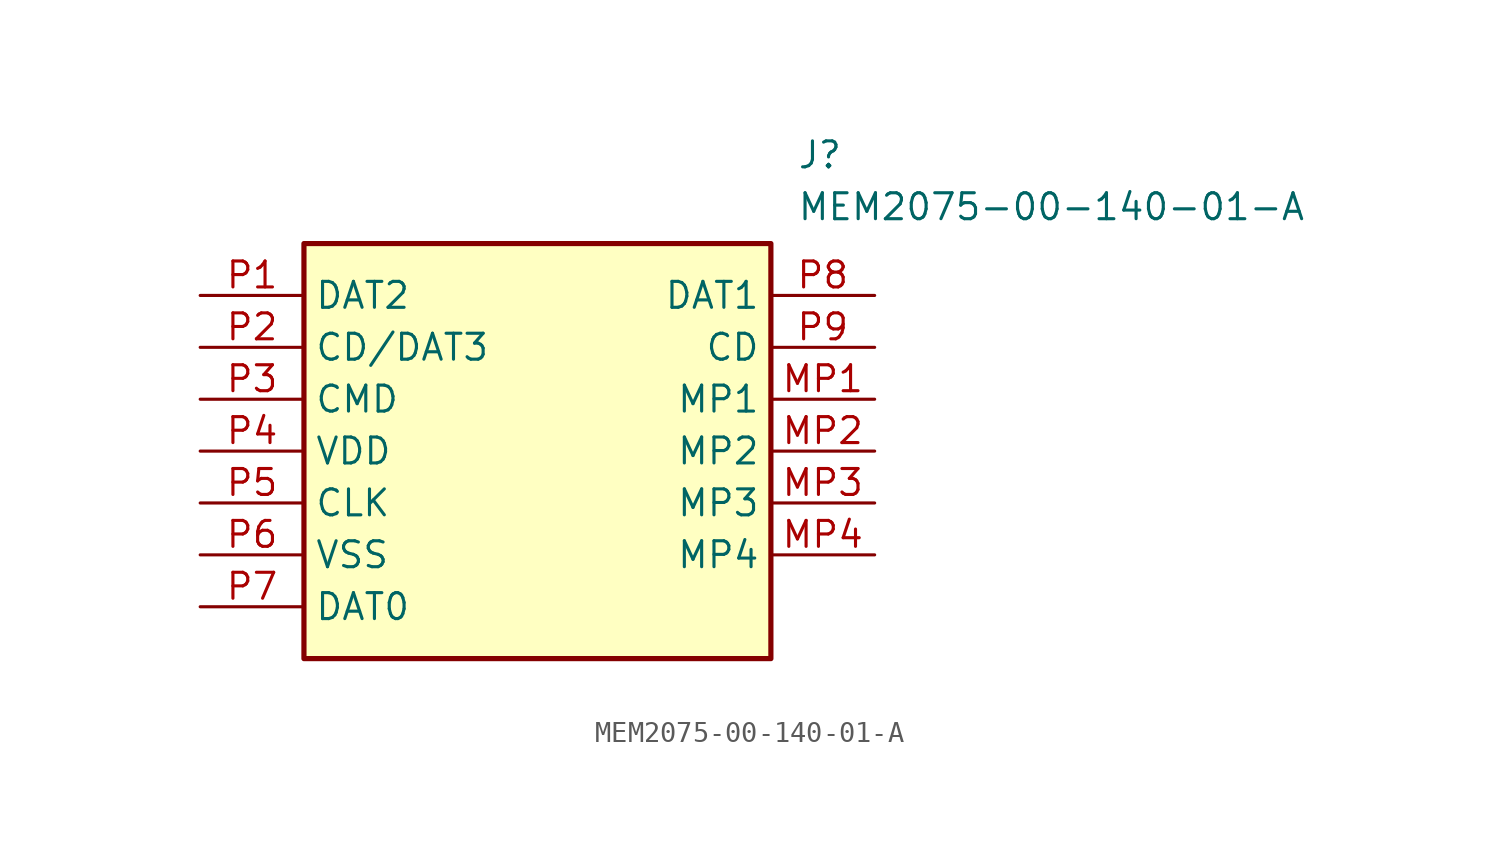
<source format=kicad_sym>
(kicad_symbol_lib
  (version 20211014)
  (generator SamacSys_ECAD_Model)
  (symbol "MEM2075-00-140-01-A"
    (property "Reference" "J"
      (at 29.21 7.62 0)
      (effects (font (size 1.27 1.27)) (justify left top)))
    (property "Value" "MEM2075-00-140-01-A"
      (at 29.21 5.08 0)
      (effects (font (size 1.27 1.27)) (justify left top)))
    (rectangle
      (start 5.08 2.54)
      (end 27.94 -17.78)
      (stroke (width 0.254) (type default))
      (fill (type background)))
    (pin passive line
      (at 0 0 0)
      (length 5.08)
      (name "DAT2" (effects (font (size 1.27 1.27))))
      (number "P1" (effects (font (size 1.27 1.27)))))
    (pin passive line
      (at 0 -2.54 0)
      (length 5.08)
      (name "CD/DAT3" (effects (font (size 1.27 1.27))))
      (number "P2" (effects (font (size 1.27 1.27)))))
    (pin passive line
      (at 0 -5.08 0)
      (length 5.08)
      (name "CMD" (effects (font (size 1.27 1.27))))
      (number "P3" (effects (font (size 1.27 1.27)))))
    (pin passive line
      (at 0 -7.62 0)
      (length 5.08)
      (name "VDD" (effects (font (size 1.27 1.27))))
      (number "P4" (effects (font (size 1.27 1.27)))))
    (pin passive line
      (at 0 -10.16 0)
      (length 5.08)
      (name "CLK" (effects (font (size 1.27 1.27))))
      (number "P5" (effects (font (size 1.27 1.27)))))
    (pin passive line
      (at 0 -12.7 0)
      (length 5.08)
      (name "VSS" (effects (font (size 1.27 1.27))))
      (number "P6" (effects (font (size 1.27 1.27)))))
    (pin passive line
      (at 0 -15.24 0)
      (length 5.08)
      (name "DAT0" (effects (font (size 1.27 1.27))))
      (number "P7" (effects (font (size 1.27 1.27)))))
    (pin passive line
      (at 33.02 0 180)
      (length 5.08)
      (name "DAT1" (effects (font (size 1.27 1.27))))
      (number "P8" (effects (font (size 1.27 1.27)))))
    (pin passive line
      (at 33.02 -2.54 180)
      (length 5.08)
      (name "CD" (effects (font (size 1.27 1.27))))
      (number "P9" (effects (font (size 1.27 1.27)))))
    (pin passive line
      (at 33.02 -5.08 180)
      (length 5.08)
      (name "MP1" (effects (font (size 1.27 1.27))))
      (number "MP1" (effects (font (size 1.27 1.27)))))
    (pin passive line
      (at 33.02 -7.62 180)
      (length 5.08)
      (name "MP2" (effects (font (size 1.27 1.27))))
      (number "MP2" (effects (font (size 1.27 1.27)))))
    (pin passive line
      (at 33.02 -10.16 180)
      (length 5.08)
      (name "MP3" (effects (font (size 1.27 1.27))))
      (number "MP3" (effects (font (size 1.27 1.27)))))
    (pin passive line
      (at 33.02 -12.7 180)
      (length 5.08)
      (name "MP4" (effects (font (size 1.27 1.27))))
      (number "MP4" (effects (font (size 1.27 1.27)))))))
</source>
